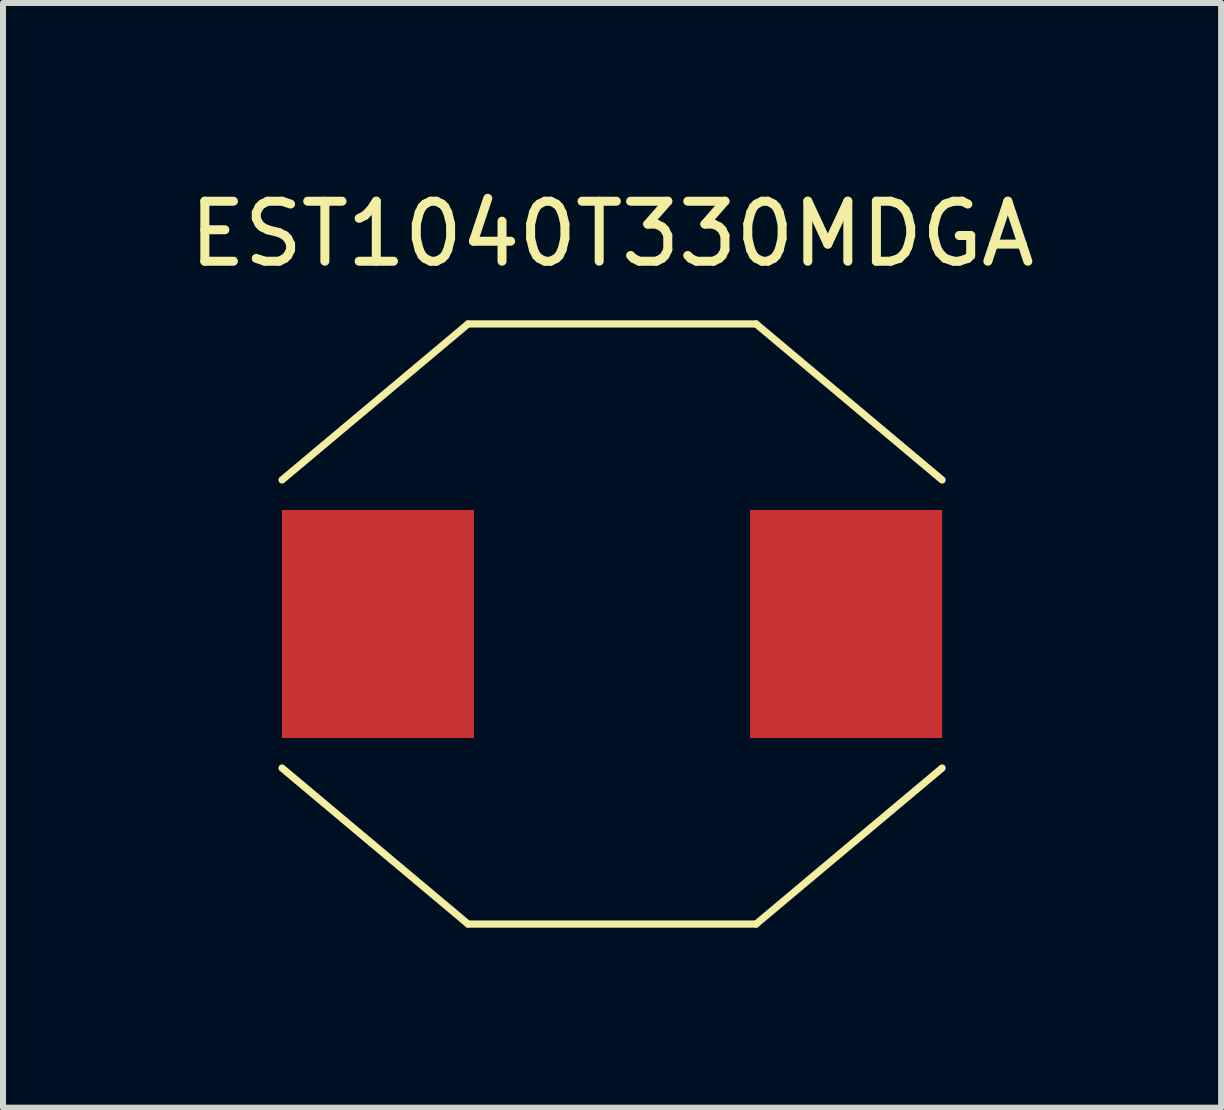
<source format=kicad_pcb>
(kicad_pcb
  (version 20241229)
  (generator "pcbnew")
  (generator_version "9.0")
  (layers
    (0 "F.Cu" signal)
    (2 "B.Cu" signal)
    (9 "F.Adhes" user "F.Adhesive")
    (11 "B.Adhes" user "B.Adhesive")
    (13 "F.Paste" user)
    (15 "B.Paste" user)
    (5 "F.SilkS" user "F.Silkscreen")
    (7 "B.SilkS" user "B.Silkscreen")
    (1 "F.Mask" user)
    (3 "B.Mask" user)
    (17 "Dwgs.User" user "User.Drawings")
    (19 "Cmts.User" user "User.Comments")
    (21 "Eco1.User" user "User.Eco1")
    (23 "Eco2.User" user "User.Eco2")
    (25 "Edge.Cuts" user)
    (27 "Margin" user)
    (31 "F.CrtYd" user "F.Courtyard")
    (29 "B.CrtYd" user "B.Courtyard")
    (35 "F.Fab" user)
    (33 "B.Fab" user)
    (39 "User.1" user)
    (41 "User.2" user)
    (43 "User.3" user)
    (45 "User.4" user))
  (footprint "EST1040T330MDGA"
    (layer "F.Cu")
    (at 7.149 7.348)
    (property "Reference" "EST1040T330MDGA" (at 0 -6.5 0) (layer "F.SilkS") (effects (font (size 1 1) (thickness 0.15))))
    (attr through_hole)
    (fp_line (start -2.4 -5) (end -5.5 -2.4) (stroke (width 0.12) (type solid)) (layer "F.SilkS"))
    (fp_line (start -2.4 5) (end -5.5 2.4) (stroke (width 0.12) (type solid)) (layer "F.SilkS"))
    (fp_line (start -2.4 5) (end 2.4 5) (stroke (width 0.12) (type solid)) (layer "F.SilkS"))
    (fp_line (start 2.4 -5) (end -2.4 -5) (stroke (width 0.12) (type solid)) (layer "F.SilkS"))
    (fp_line (start 2.4 -5) (end 5.5 -2.4) (stroke (width 0.12) (type solid)) (layer "F.SilkS"))
    (fp_line (start 2.4 5) (end 5.5 2.4) (stroke (width 0.12) (type solid)) (layer "F.SilkS"))
    (pad "1" smd rect (at -3.9 0) (size 3.2 3.8) (layers "F.Cu" "F.Mask" "F.Paste"))
    (pad "2" smd rect (at 3.9 0 180) (size 3.2 3.8) (layers "F.Cu" "F.Mask" "F.Paste")))
  (gr_rect
    (start -3 -3)
    (end 17.298 15.408)
    (stroke (width 0.1) (type default))
    (fill no)
    (layer "Edge.Cuts")))
</source>
